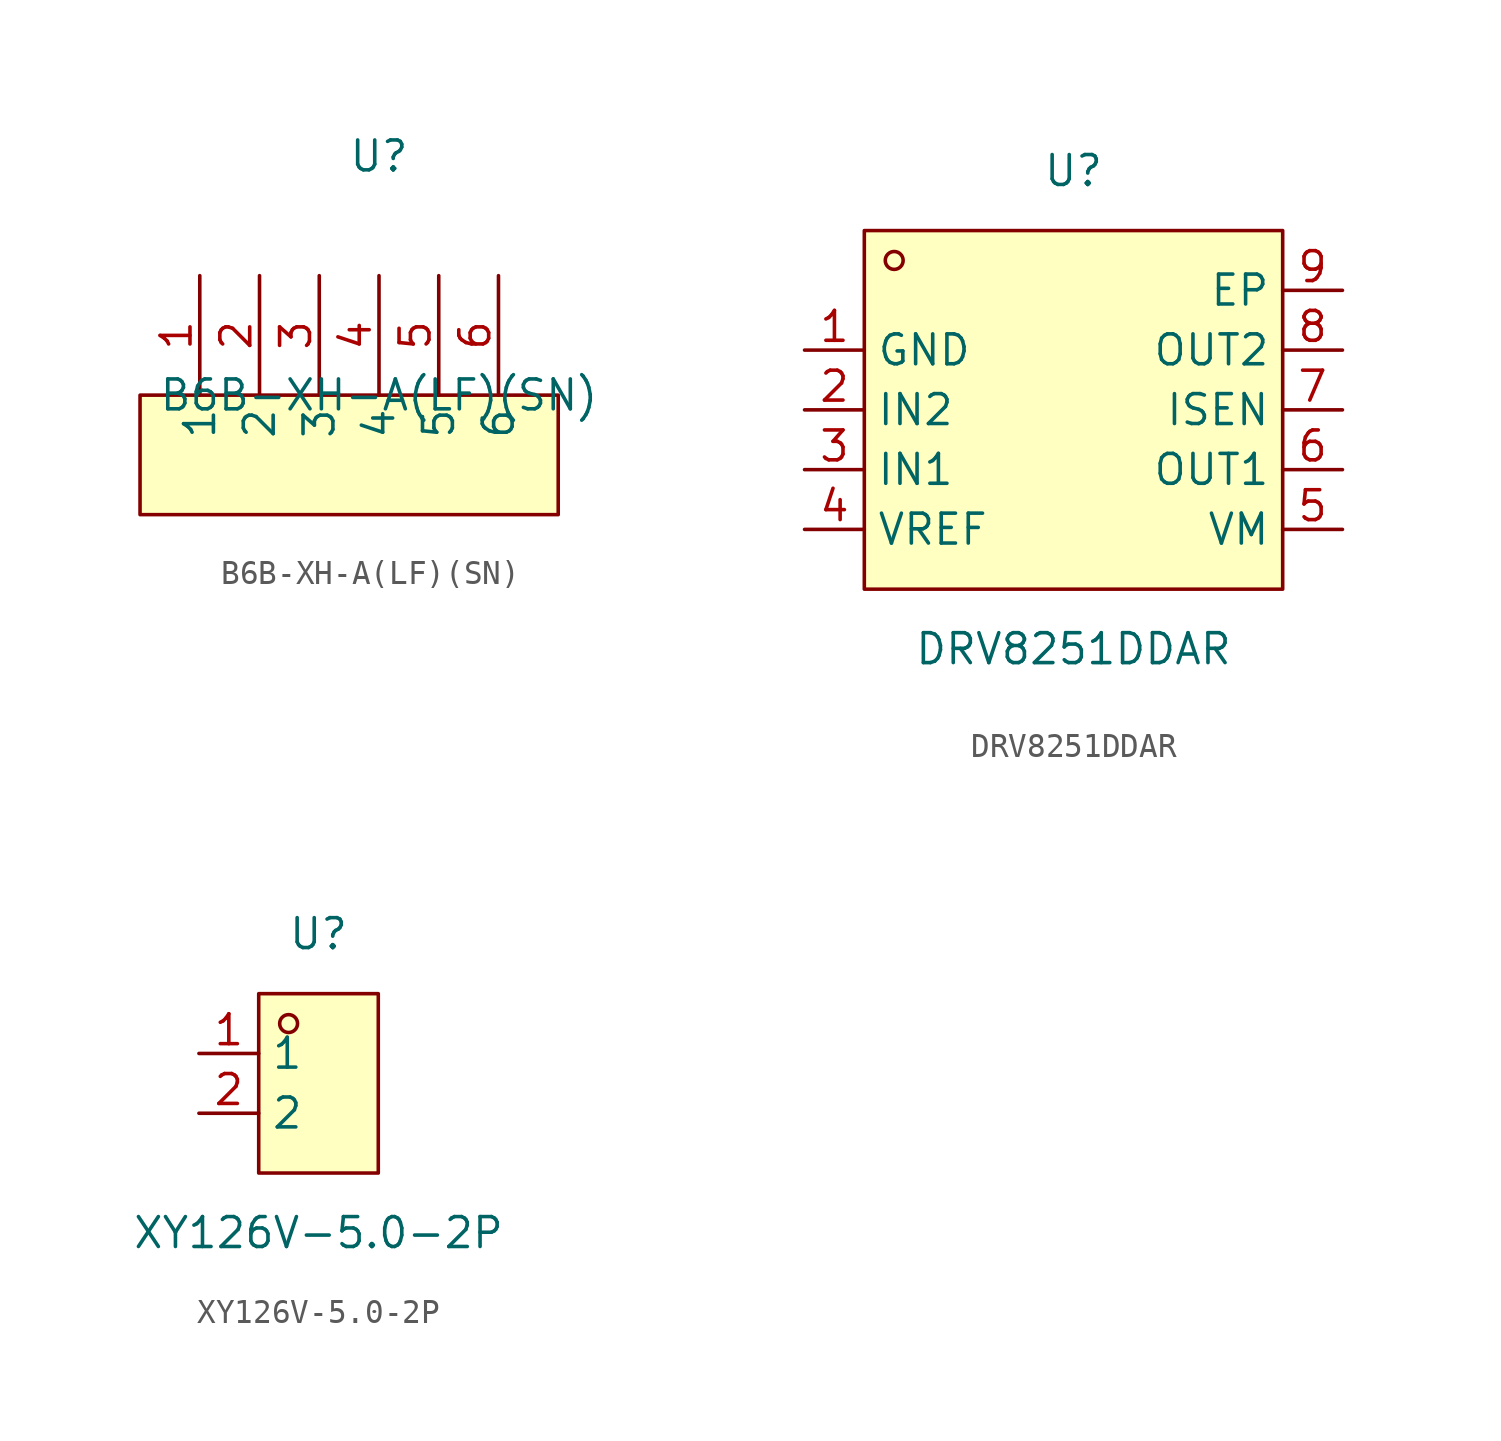
<source format=kicad_sym>
(kicad_symbol_lib
  (version 20211014)
  (generator https://github.com/uPesy/easyeda2kicad.py)
  (symbol "B6B-XH-A(LF)(SN)"
    (property "Reference" "U"
      (at 0 12.70 0)
      (effects (font (size 1.27 1.27))))
    (property "Value" "B6B-XH-A(LF)(SN)"
      (at 0 2.54 0)
      (effects (font (size 1.27 1.27))))
    (symbol "B6B-XH-A(LF)(SN)_0_1"
      (rectangle (start -10.16 2.54) (end 7.62 -2.54) (stroke (width 0) (type default) (color 0 0 0 0)) (fill (type background)))
      (pin unspecified line (at -7.62 7.62 270) (length 5.08) (name "1" (effects (font (size 1.27 1.27)))) (number "1" (effects (font (size 1.27 1.27)))))
      (pin unspecified line (at -5.08 7.62 270) (length 5.08) (name "2" (effects (font (size 1.27 1.27)))) (number "2" (effects (font (size 1.27 1.27)))))
      (pin unspecified line (at -2.54 7.62 270) (length 5.08) (name "3" (effects (font (size 1.27 1.27)))) (number "3" (effects (font (size 1.27 1.27)))))
      (pin unspecified line (at 0.00 7.62 270) (length 5.08) (name "4" (effects (font (size 1.27 1.27)))) (number "4" (effects (font (size 1.27 1.27)))))
      (pin unspecified line (at 2.54 7.62 270) (length 5.08) (name "5" (effects (font (size 1.27 1.27)))) (number "5" (effects (font (size 1.27 1.27)))))
      (pin unspecified line (at 5.08 7.62 270) (length 5.08) (name "6" (effects (font (size 1.27 1.27)))) (number "6" (effects (font (size 1.27 1.27)))))))
  (symbol "DRV8251DDAR"
    (property "Reference" "U"
      (at 0 10.16 0)
      (effects (font (size 1.27 1.27))))
    (property "Value" "DRV8251DDAR"
      (at 0 -10.16 0)
      (effects (font (size 1.27 1.27))))
    (symbol "DRV8251DDAR_0_1"
      (rectangle (start -8.89 7.62) (end 8.89 -7.62) (stroke (width 0) (type default) (color 0 0 0 0)) (fill (type background)))
      (circle (center -7.62 6.35) (radius 0.38) (stroke (width 0) (type default) (color 0 0 0 0)) (fill (type none)))
      (pin unspecified line (at -11.43 2.54 0) (length 2.54) (name "GND" (effects (font (size 1.27 1.27)))) (number "1" (effects (font (size 1.27 1.27)))))
      (pin unspecified line (at -11.43 -0.00 0) (length 2.54) (name "IN2" (effects (font (size 1.27 1.27)))) (number "2" (effects (font (size 1.27 1.27)))))
      (pin unspecified line (at -11.43 -2.54 0) (length 2.54) (name "IN1" (effects (font (size 1.27 1.27)))) (number "3" (effects (font (size 1.27 1.27)))))
      (pin unspecified line (at -11.43 -5.08 0) (length 2.54) (name "VREF" (effects (font (size 1.27 1.27)))) (number "4" (effects (font (size 1.27 1.27)))))
      (pin unspecified line (at 11.43 -5.08 180) (length 2.54) (name "VM" (effects (font (size 1.27 1.27)))) (number "5" (effects (font (size 1.27 1.27)))))
      (pin unspecified line (at 11.43 -2.54 180) (length 2.54) (name "OUT1" (effects (font (size 1.27 1.27)))) (number "6" (effects (font (size 1.27 1.27)))))
      (pin unspecified line (at 11.43 -0.00 180) (length 2.54) (name "ISEN" (effects (font (size 1.27 1.27)))) (number "7" (effects (font (size 1.27 1.27)))))
      (pin unspecified line (at 11.43 2.54 180) (length 2.54) (name "OUT2" (effects (font (size 1.27 1.27)))) (number "8" (effects (font (size 1.27 1.27)))))
      (pin unspecified line (at 11.43 5.08 180) (length 2.54) (name "EP" (effects (font (size 1.27 1.27)))) (number "9" (effects (font (size 1.27 1.27)))))))
  (symbol "XY126V-5.0-2P"
    (property "Reference" "U"
      (at 0 6.35 0)
      (effects (font (size 1.27 1.27))))
    (property "Value" "XY126V-5.0-2P"
      (at 0 -6.35 0)
      (effects (font (size 1.27 1.27))))
    (symbol "XY126V-5.0-2P_0_1"
      (rectangle (start -2.54 3.81) (end 2.54 -3.81) (stroke (width 0) (type default) (color 0 0 0 0)) (fill (type background)))
      (circle (center -1.27 2.54) (radius 0.38) (stroke (width 0) (type default) (color 0 0 0 0)) (fill (type none)))
      (pin unspecified line (at -5.08 1.27 0) (length 2.54) (name "1" (effects (font (size 1.27 1.27)))) (number "1" (effects (font (size 1.27 1.27)))))
      (pin unspecified line (at -5.08 -1.27 0) (length 2.54) (name "2" (effects (font (size 1.27 1.27)))) (number "2" (effects (font (size 1.27 1.27))))))))
</source>
